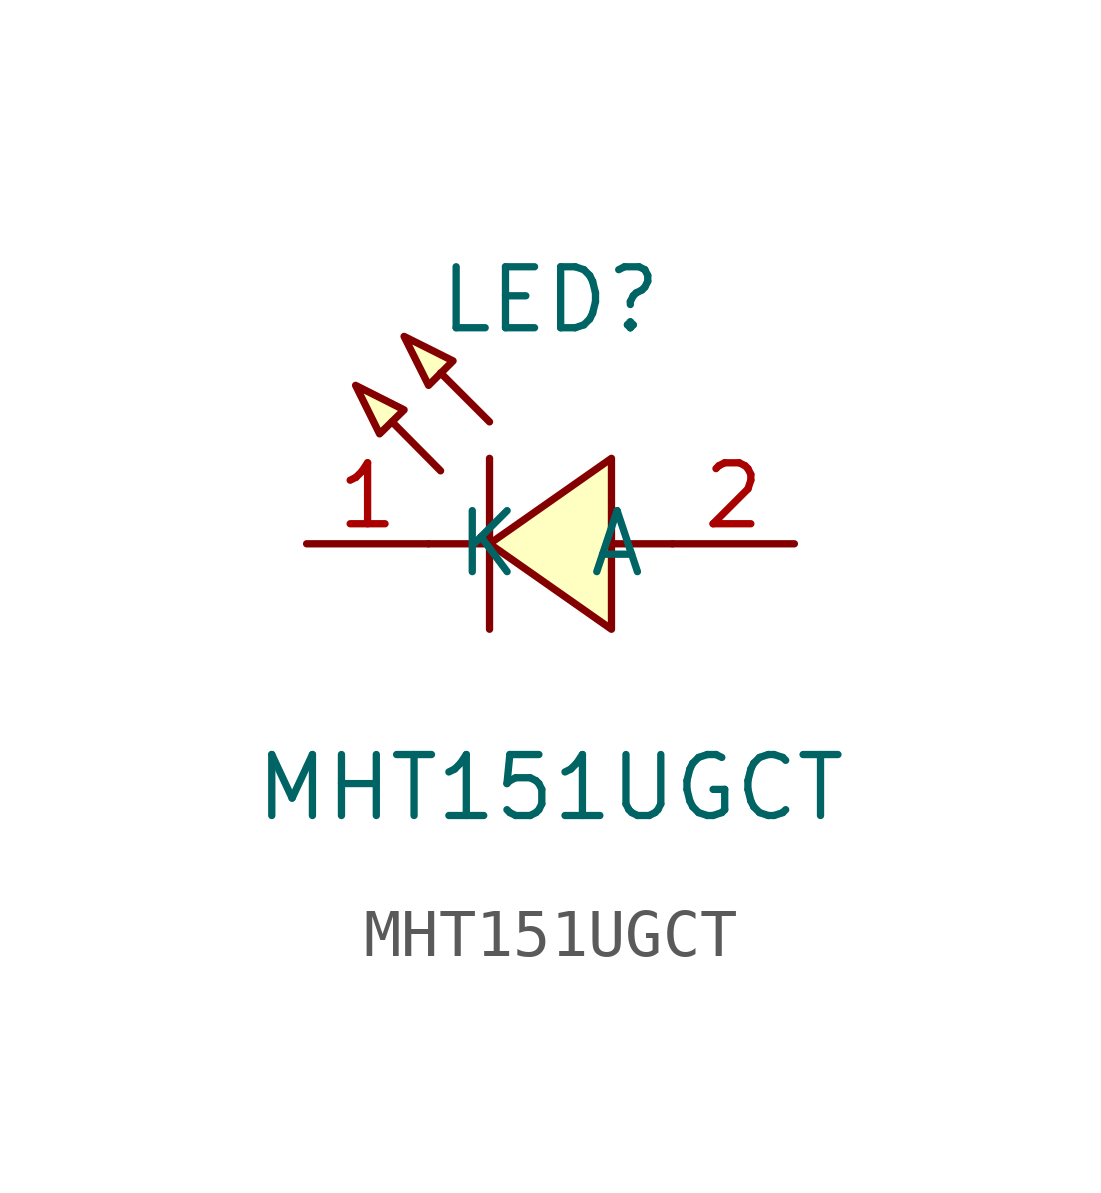
<source format=kicad_sym>
(kicad_symbol_lib
  (version 20211014)
  (generator https://github.com/uPesy/easyeda2kicad.py)
  (symbol "MHT151UGCT"
    (property "Reference" "LED"
      (at 0 5.08 0)
      (effects (font (size 1.27 1.27))))
    (property "Value" "MHT151UGCT"
      (at 0 -5.08 0)
      (effects (font (size 1.27 1.27))))
    (symbol "MHT151UGCT_0_1"
      (polyline (pts (xy -4.06 3.30) (xy -3.05 2.79) (xy -3.56 2.29) (xy -4.06 3.30)) (stroke (width 0) (type default) (color 0 0 0 0)) (fill (type background)))
      (polyline (pts (xy -3.05 4.32) (xy -2.03 3.81) (xy -2.54 3.30) (xy -3.05 4.32)) (stroke (width 0) (type default) (color 0 0 0 0)) (fill (type background)))
      (polyline (pts (xy 1.27 1.78) (xy -1.27 -0.00) (xy 1.27 -1.78) (xy 1.27 1.78)) (stroke (width 0) (type default) (color 0 0 0 0)) (fill (type background)))
      (polyline (pts (xy -2.29 1.52) (xy -3.30 2.54) (xy -2.29 1.52)) (stroke (width 0) (type default) (color 0 0 0 0)) (fill (type background)))
      (polyline (pts (xy -1.27 2.54) (xy -2.29 3.56) (xy -1.27 2.54)) (stroke (width 0) (type default) (color 0 0 0 0)) (fill (type background)))
      (polyline (pts (xy -1.27 -0.00) (xy -2.54 -0.00)) (stroke (width 0) (type default) (color 0 0 0 0)) (fill (type none)))
      (polyline (pts (xy 2.54 -0.00) (xy 1.27 -0.00)) (stroke (width 0) (type default) (color 0 0 0 0)) (fill (type none)))
      (polyline (pts (xy -1.27 1.78) (xy -1.27 -1.78)) (stroke (width 0) (type default) (color 0 0 0 0)) (fill (type none)))
      (pin unspecified line (at -5.08 -0.00 0) (length 2.54) (name "K" (effects (font (size 1.27 1.27)))) (number "1" (effects (font (size 1.27 1.27)))))
      (pin unspecified line (at 5.08 -0.00 180) (length 2.54) (name "A" (effects (font (size 1.27 1.27)))) (number "2" (effects (font (size 1.27 1.27))))))))
</source>
